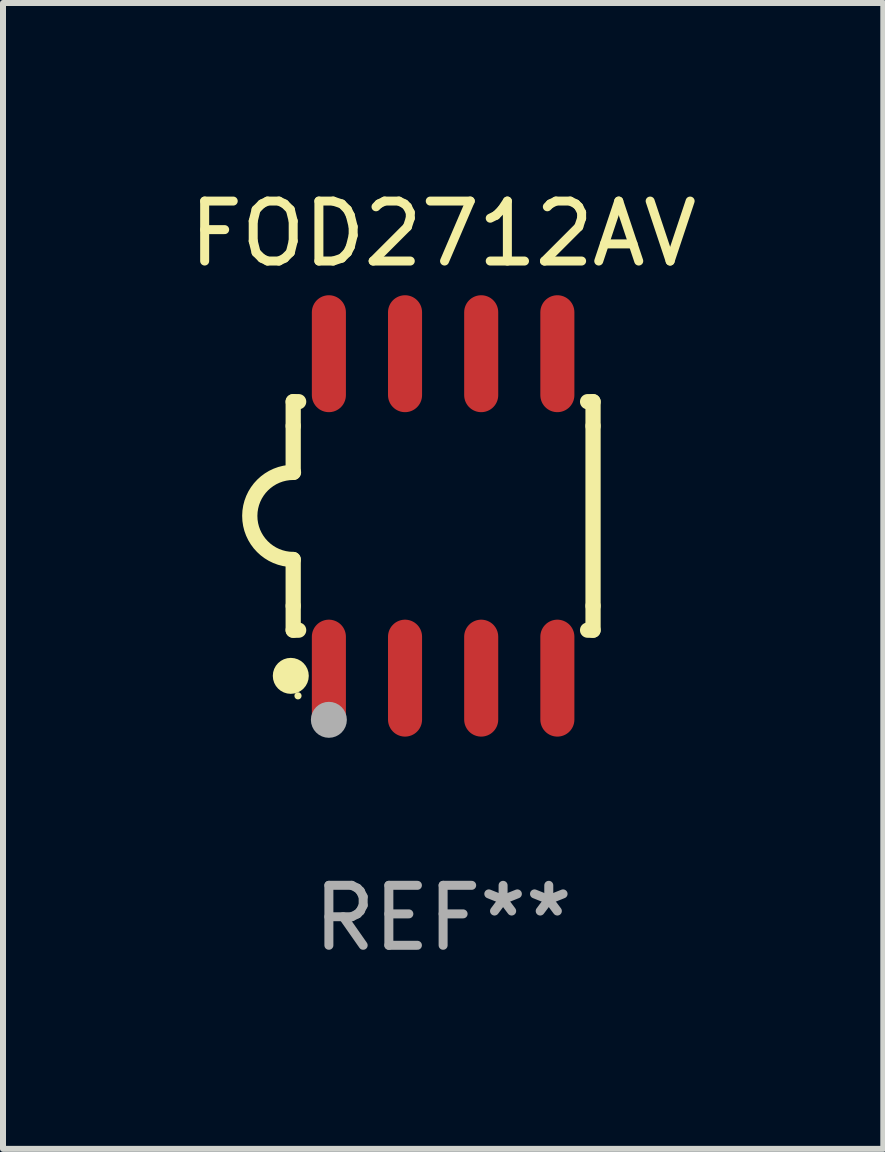
<source format=kicad_pcb>
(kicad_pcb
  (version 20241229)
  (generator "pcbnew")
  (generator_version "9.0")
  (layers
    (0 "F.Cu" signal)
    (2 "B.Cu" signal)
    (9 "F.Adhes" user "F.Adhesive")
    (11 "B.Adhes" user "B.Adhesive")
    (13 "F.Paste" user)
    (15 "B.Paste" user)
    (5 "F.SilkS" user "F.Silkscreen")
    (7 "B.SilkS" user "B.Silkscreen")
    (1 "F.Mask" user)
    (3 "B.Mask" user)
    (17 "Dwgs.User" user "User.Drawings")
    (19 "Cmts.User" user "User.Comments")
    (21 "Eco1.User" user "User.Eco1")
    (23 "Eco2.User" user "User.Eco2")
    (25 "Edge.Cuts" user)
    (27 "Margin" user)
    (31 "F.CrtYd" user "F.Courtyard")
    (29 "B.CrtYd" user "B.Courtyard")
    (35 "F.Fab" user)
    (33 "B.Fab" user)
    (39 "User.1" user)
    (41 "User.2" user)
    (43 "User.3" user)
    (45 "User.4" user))
  (footprint "FOD2712AV"
    (layer "F.Cu")
    (at 4.339 5.553)
    (property "Reference" "FOD2712AV" (at 0 -4.705 0) (layer "F.SilkS") (effects (font (size 1 1) (thickness 0.15))))
    (attr through_hole)
    (fp_line (start -2.5 -1.905) (end -2.409 -1.905) (stroke (width 0.254) (type solid)) (layer "F.SilkS"))
    (fp_line (start -2.5 -1.5) (end -2.5 -1.905) (stroke (width 0.254) (type solid)) (layer "F.SilkS"))
    (fp_line (start -2.5 -1.5) (end -2.5 -0.726) (stroke (width 0.254) (type solid)) (layer "F.SilkS"))
    (fp_line (start -2.5 1.5) (end -2.5 0.727) (stroke (width 0.254) (type solid)) (layer "F.SilkS"))
    (fp_line (start -2.5 1.5) (end -2.5 1.905) (stroke (width 0.254) (type solid)) (layer "F.SilkS"))
    (fp_line (start -2.5 1.905) (end -2.409 1.905) (stroke (width 0.254) (type solid)) (layer "F.SilkS"))
    (fp_line (start 2.5 -1.905) (end 2.409 -1.905) (stroke (width 0.254) (type solid)) (layer "F.SilkS"))
    (fp_line (start 2.5 -1.5) (end 2.5 -1.905) (stroke (width 0.254) (type solid)) (layer "F.SilkS"))
    (fp_line (start 2.5 -1.5) (end 2.5 1.5) (stroke (width 0.254) (type solid)) (layer "F.SilkS"))
    (fp_line (start 2.5 1.5) (end 2.5 1.905) (stroke (width 0.254) (type solid)) (layer "F.SilkS"))
    (fp_line (start 2.5 1.905) (end 2.409 1.905) (stroke (width 0.254) (type solid)) (layer "F.SilkS"))
    (fp_arc (start -2.5 0.726568) (mid -3.220316 -0.0023) (end -2.495097 -0.726289) (stroke (width 0.254001) (type solid)) (layer "F.SilkS"))
    (fp_circle (center -2.54 2.667) (end -2.39 2.667) (stroke (width 0.3) (type solid)) (fill no) (layer "F.SilkS"))
    (fp_circle (center -2.42 3) (end -2.39 3) (stroke (width 0.06) (type solid)) (fill no) (layer "F.SilkS"))
    (fp_circle (center -1.905 3.4) (end -1.755 3.4) (stroke (width 0.3) (type solid)) (fill no) (layer "F.Fab"))
    (fp_text user "REF**" (at 0 6.705 0) (layer "F.Fab") (effects (font (size 1 1) (thickness 0.15))))
    (pad "1" smd oval (at -1.905 2.705) (size 0.568 1.95) (layers "F.Cu" "F.Mask" "F.Paste"))
    (pad "2" smd oval (at -0.635 2.705) (size 0.568 1.95) (layers "F.Cu" "F.Mask" "F.Paste"))
    (pad "3" smd oval (at 0.635 2.705) (size 0.568 1.95) (layers "F.Cu" "F.Mask" "F.Paste"))
    (pad "4" smd oval (at 1.905 2.705) (size 0.568 1.95) (layers "F.Cu" "F.Mask" "F.Paste"))
    (pad "5" smd oval (at 1.905 -2.705) (size 0.568 1.95) (layers "F.Cu" "F.Mask" "F.Paste"))
    (pad "6" smd oval (at 0.635 -2.705) (size 0.568 1.95) (layers "F.Cu" "F.Mask" "F.Paste"))
    (pad "7" smd oval (at -0.635 -2.705) (size 0.568 1.95) (layers "F.Cu" "F.Mask" "F.Paste"))
    (pad "8" smd oval (at -1.905 -2.705) (size 0.568 1.95) (layers "F.Cu" "F.Mask" "F.Paste")))
  (gr_rect
    (start -3 -3)
    (end 11.679 16.107)
    (stroke (width 0.1) (type default))
    (fill no)
    (layer "Edge.Cuts")))
</source>
